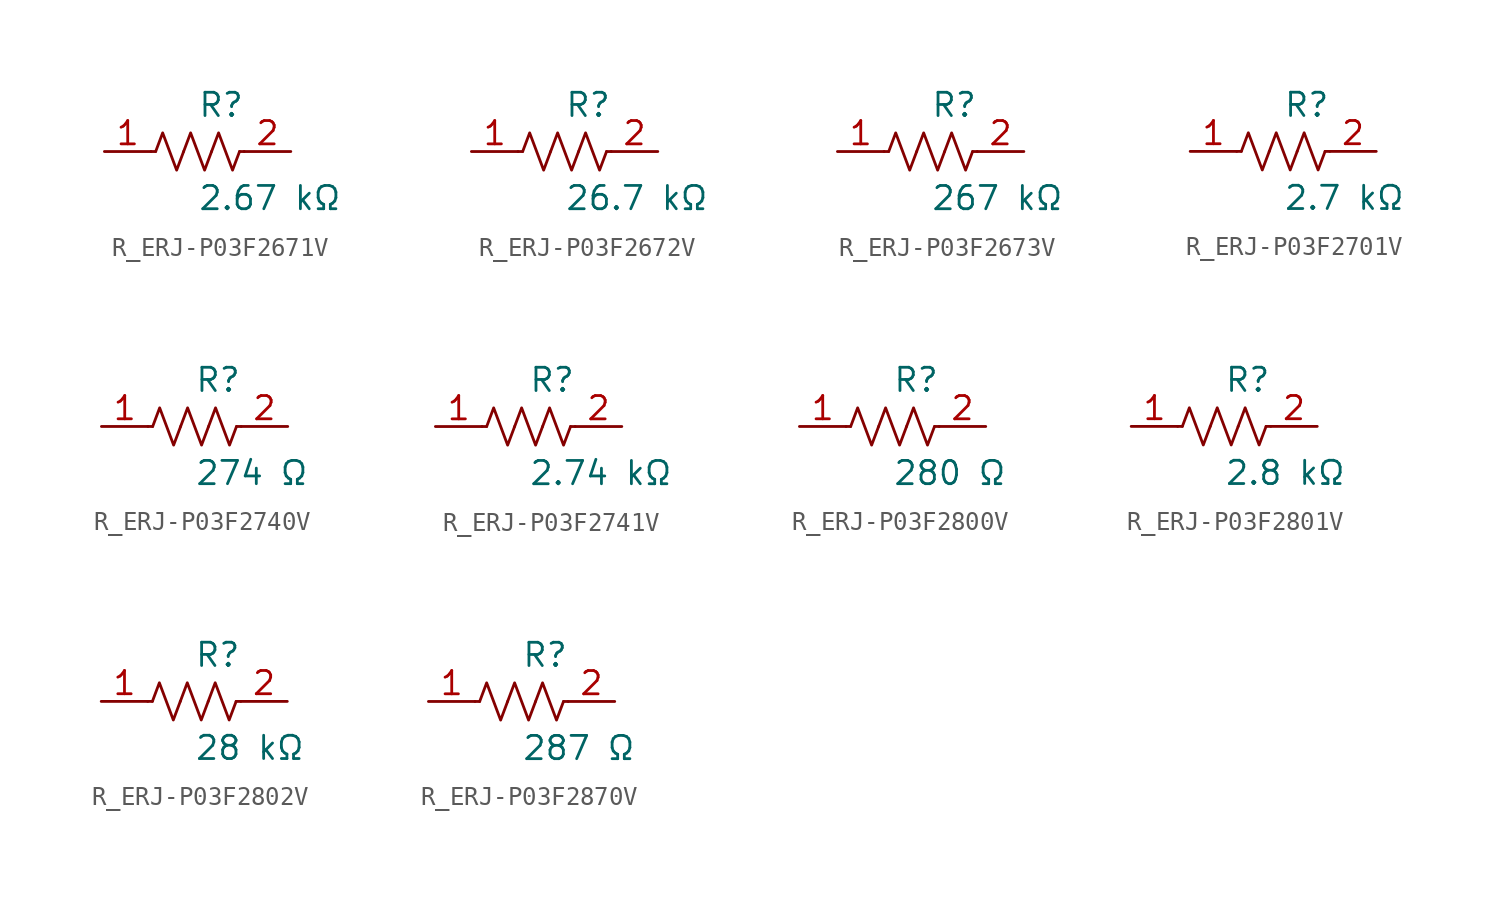
<source format=kicad_sym>
(kicad_symbol_lib
  (version 20231120)
  (generator kicad_symbol_editor)
  (generator_version 8.0)
  (symbol "R_ERJ-P03F2671V"
    (pin_names
      (offset 0.254))
    (property "Reference" "R"
      (at 0.0 2.54 0)
      (effects (font (size 1.27 1.27)) (justify left)))
    (property "Value" "2.67 kΩ"
      (at 0.0 -2.54 0)
      (effects (font (size 1.27 1.27)) (justify left)))
    (symbol "R_ERJ-P03F2671V_0_1"
      (polyline (pts (xy 2.286 0) (xy 2.54 0)) (stroke (width 0) (type default)) (fill (type none)))
      (polyline (pts (xy -2.286 0) (xy -2.54 0)) (stroke (width 0) (type default)) (fill (type none)))
      (polyline (pts (xy 0.762 0) (xy 1.143 1.016) (xy 1.524 0) (xy 1.905 -1.016) (xy 2.286 0)) (stroke (width 0) (type default)) (fill (type none)))
      (polyline (pts (xy -0.762 0) (xy -0.381 1.016) (xy 0 0) (xy 0.381 -1.016) (xy 0.762 0)) (stroke (width 0) (type default)) (fill (type none)))
      (polyline (pts (xy -2.286 0) (xy -1.905 1.016) (xy -1.524 0) (xy -1.143 -1.016) (xy -0.762 0)) (stroke (width 0) (type default)) (fill (type none))))
    (pin unspecified line
      (at -5.08 0 0)
      (length 2.54)
      (name "" (effects (font (size 1.27 1.27))))
      (number "1" (effects (font (size 1.27 1.27)))))
    (pin unspecified line
      (at 5.08 0 180)
      (length 2.54)
      (name "" (effects (font (size 1.27 1.27))))
      (number "2" (effects (font (size 1.27 1.27))))))
  (symbol "R_ERJ-P03F2672V"
    (pin_names
      (offset 0.254))
    (property "Reference" "R"
      (at 0.0 2.54 0)
      (effects (font (size 1.27 1.27)) (justify left)))
    (property "Value" "26.7 kΩ"
      (at 0.0 -2.54 0)
      (effects (font (size 1.27 1.27)) (justify left)))
    (symbol "R_ERJ-P03F2672V_0_1"
      (polyline (pts (xy 2.286 0) (xy 2.54 0)) (stroke (width 0) (type default)) (fill (type none)))
      (polyline (pts (xy -2.286 0) (xy -2.54 0)) (stroke (width 0) (type default)) (fill (type none)))
      (polyline (pts (xy 0.762 0) (xy 1.143 1.016) (xy 1.524 0) (xy 1.905 -1.016) (xy 2.286 0)) (stroke (width 0) (type default)) (fill (type none)))
      (polyline (pts (xy -0.762 0) (xy -0.381 1.016) (xy 0 0) (xy 0.381 -1.016) (xy 0.762 0)) (stroke (width 0) (type default)) (fill (type none)))
      (polyline (pts (xy -2.286 0) (xy -1.905 1.016) (xy -1.524 0) (xy -1.143 -1.016) (xy -0.762 0)) (stroke (width 0) (type default)) (fill (type none))))
    (pin unspecified line
      (at -5.08 0 0)
      (length 2.54)
      (name "" (effects (font (size 1.27 1.27))))
      (number "1" (effects (font (size 1.27 1.27)))))
    (pin unspecified line
      (at 5.08 0 180)
      (length 2.54)
      (name "" (effects (font (size 1.27 1.27))))
      (number "2" (effects (font (size 1.27 1.27))))))
  (symbol "R_ERJ-P03F2673V"
    (pin_names
      (offset 0.254))
    (property "Reference" "R"
      (at 0.0 2.54 0)
      (effects (font (size 1.27 1.27)) (justify left)))
    (property "Value" "267 kΩ"
      (at 0.0 -2.54 0)
      (effects (font (size 1.27 1.27)) (justify left)))
    (symbol "R_ERJ-P03F2673V_0_1"
      (polyline (pts (xy 2.286 0) (xy 2.54 0)) (stroke (width 0) (type default)) (fill (type none)))
      (polyline (pts (xy -2.286 0) (xy -2.54 0)) (stroke (width 0) (type default)) (fill (type none)))
      (polyline (pts (xy 0.762 0) (xy 1.143 1.016) (xy 1.524 0) (xy 1.905 -1.016) (xy 2.286 0)) (stroke (width 0) (type default)) (fill (type none)))
      (polyline (pts (xy -0.762 0) (xy -0.381 1.016) (xy 0 0) (xy 0.381 -1.016) (xy 0.762 0)) (stroke (width 0) (type default)) (fill (type none)))
      (polyline (pts (xy -2.286 0) (xy -1.905 1.016) (xy -1.524 0) (xy -1.143 -1.016) (xy -0.762 0)) (stroke (width 0) (type default)) (fill (type none))))
    (pin unspecified line
      (at -5.08 0 0)
      (length 2.54)
      (name "" (effects (font (size 1.27 1.27))))
      (number "1" (effects (font (size 1.27 1.27)))))
    (pin unspecified line
      (at 5.08 0 180)
      (length 2.54)
      (name "" (effects (font (size 1.27 1.27))))
      (number "2" (effects (font (size 1.27 1.27))))))
  (symbol "R_ERJ-P03F2701V"
    (pin_names
      (offset 0.254))
    (property "Reference" "R"
      (at 0.0 2.54 0)
      (effects (font (size 1.27 1.27)) (justify left)))
    (property "Value" "2.7 kΩ"
      (at 0.0 -2.54 0)
      (effects (font (size 1.27 1.27)) (justify left)))
    (symbol "R_ERJ-P03F2701V_0_1"
      (polyline (pts (xy 2.286 0) (xy 2.54 0)) (stroke (width 0) (type default)) (fill (type none)))
      (polyline (pts (xy -2.286 0) (xy -2.54 0)) (stroke (width 0) (type default)) (fill (type none)))
      (polyline (pts (xy 0.762 0) (xy 1.143 1.016) (xy 1.524 0) (xy 1.905 -1.016) (xy 2.286 0)) (stroke (width 0) (type default)) (fill (type none)))
      (polyline (pts (xy -0.762 0) (xy -0.381 1.016) (xy 0 0) (xy 0.381 -1.016) (xy 0.762 0)) (stroke (width 0) (type default)) (fill (type none)))
      (polyline (pts (xy -2.286 0) (xy -1.905 1.016) (xy -1.524 0) (xy -1.143 -1.016) (xy -0.762 0)) (stroke (width 0) (type default)) (fill (type none))))
    (pin unspecified line
      (at -5.08 0 0)
      (length 2.54)
      (name "" (effects (font (size 1.27 1.27))))
      (number "1" (effects (font (size 1.27 1.27)))))
    (pin unspecified line
      (at 5.08 0 180)
      (length 2.54)
      (name "" (effects (font (size 1.27 1.27))))
      (number "2" (effects (font (size 1.27 1.27))))))
  (symbol "R_ERJ-P03F2740V"
    (pin_names
      (offset 0.254))
    (property "Reference" "R"
      (at 0.0 2.54 0)
      (effects (font (size 1.27 1.27)) (justify left)))
    (property "Value" "274 Ω"
      (at 0.0 -2.54 0)
      (effects (font (size 1.27 1.27)) (justify left)))
    (symbol "R_ERJ-P03F2740V_0_1"
      (polyline (pts (xy 2.286 0) (xy 2.54 0)) (stroke (width 0) (type default)) (fill (type none)))
      (polyline (pts (xy -2.286 0) (xy -2.54 0)) (stroke (width 0) (type default)) (fill (type none)))
      (polyline (pts (xy 0.762 0) (xy 1.143 1.016) (xy 1.524 0) (xy 1.905 -1.016) (xy 2.286 0)) (stroke (width 0) (type default)) (fill (type none)))
      (polyline (pts (xy -0.762 0) (xy -0.381 1.016) (xy 0 0) (xy 0.381 -1.016) (xy 0.762 0)) (stroke (width 0) (type default)) (fill (type none)))
      (polyline (pts (xy -2.286 0) (xy -1.905 1.016) (xy -1.524 0) (xy -1.143 -1.016) (xy -0.762 0)) (stroke (width 0) (type default)) (fill (type none))))
    (pin unspecified line
      (at -5.08 0 0)
      (length 2.54)
      (name "" (effects (font (size 1.27 1.27))))
      (number "1" (effects (font (size 1.27 1.27)))))
    (pin unspecified line
      (at 5.08 0 180)
      (length 2.54)
      (name "" (effects (font (size 1.27 1.27))))
      (number "2" (effects (font (size 1.27 1.27))))))
  (symbol "R_ERJ-P03F2741V"
    (pin_names
      (offset 0.254))
    (property "Reference" "R"
      (at 0.0 2.54 0)
      (effects (font (size 1.27 1.27)) (justify left)))
    (property "Value" "2.74 kΩ"
      (at 0.0 -2.54 0)
      (effects (font (size 1.27 1.27)) (justify left)))
    (symbol "R_ERJ-P03F2741V_0_1"
      (polyline (pts (xy 2.286 0) (xy 2.54 0)) (stroke (width 0) (type default)) (fill (type none)))
      (polyline (pts (xy -2.286 0) (xy -2.54 0)) (stroke (width 0) (type default)) (fill (type none)))
      (polyline (pts (xy 0.762 0) (xy 1.143 1.016) (xy 1.524 0) (xy 1.905 -1.016) (xy 2.286 0)) (stroke (width 0) (type default)) (fill (type none)))
      (polyline (pts (xy -0.762 0) (xy -0.381 1.016) (xy 0 0) (xy 0.381 -1.016) (xy 0.762 0)) (stroke (width 0) (type default)) (fill (type none)))
      (polyline (pts (xy -2.286 0) (xy -1.905 1.016) (xy -1.524 0) (xy -1.143 -1.016) (xy -0.762 0)) (stroke (width 0) (type default)) (fill (type none))))
    (pin unspecified line
      (at -5.08 0 0)
      (length 2.54)
      (name "" (effects (font (size 1.27 1.27))))
      (number "1" (effects (font (size 1.27 1.27)))))
    (pin unspecified line
      (at 5.08 0 180)
      (length 2.54)
      (name "" (effects (font (size 1.27 1.27))))
      (number "2" (effects (font (size 1.27 1.27))))))
  (symbol "R_ERJ-P03F2800V"
    (pin_names
      (offset 0.254))
    (property "Reference" "R"
      (at 0.0 2.54 0)
      (effects (font (size 1.27 1.27)) (justify left)))
    (property "Value" "280 Ω"
      (at 0.0 -2.54 0)
      (effects (font (size 1.27 1.27)) (justify left)))
    (symbol "R_ERJ-P03F2800V_0_1"
      (polyline (pts (xy 2.286 0) (xy 2.54 0)) (stroke (width 0) (type default)) (fill (type none)))
      (polyline (pts (xy -2.286 0) (xy -2.54 0)) (stroke (width 0) (type default)) (fill (type none)))
      (polyline (pts (xy 0.762 0) (xy 1.143 1.016) (xy 1.524 0) (xy 1.905 -1.016) (xy 2.286 0)) (stroke (width 0) (type default)) (fill (type none)))
      (polyline (pts (xy -0.762 0) (xy -0.381 1.016) (xy 0 0) (xy 0.381 -1.016) (xy 0.762 0)) (stroke (width 0) (type default)) (fill (type none)))
      (polyline (pts (xy -2.286 0) (xy -1.905 1.016) (xy -1.524 0) (xy -1.143 -1.016) (xy -0.762 0)) (stroke (width 0) (type default)) (fill (type none))))
    (pin unspecified line
      (at -5.08 0 0)
      (length 2.54)
      (name "" (effects (font (size 1.27 1.27))))
      (number "1" (effects (font (size 1.27 1.27)))))
    (pin unspecified line
      (at 5.08 0 180)
      (length 2.54)
      (name "" (effects (font (size 1.27 1.27))))
      (number "2" (effects (font (size 1.27 1.27))))))
  (symbol "R_ERJ-P03F2801V"
    (pin_names
      (offset 0.254))
    (property "Reference" "R"
      (at 0.0 2.54 0)
      (effects (font (size 1.27 1.27)) (justify left)))
    (property "Value" "2.8 kΩ"
      (at 0.0 -2.54 0)
      (effects (font (size 1.27 1.27)) (justify left)))
    (symbol "R_ERJ-P03F2801V_0_1"
      (polyline (pts (xy 2.286 0) (xy 2.54 0)) (stroke (width 0) (type default)) (fill (type none)))
      (polyline (pts (xy -2.286 0) (xy -2.54 0)) (stroke (width 0) (type default)) (fill (type none)))
      (polyline (pts (xy 0.762 0) (xy 1.143 1.016) (xy 1.524 0) (xy 1.905 -1.016) (xy 2.286 0)) (stroke (width 0) (type default)) (fill (type none)))
      (polyline (pts (xy -0.762 0) (xy -0.381 1.016) (xy 0 0) (xy 0.381 -1.016) (xy 0.762 0)) (stroke (width 0) (type default)) (fill (type none)))
      (polyline (pts (xy -2.286 0) (xy -1.905 1.016) (xy -1.524 0) (xy -1.143 -1.016) (xy -0.762 0)) (stroke (width 0) (type default)) (fill (type none))))
    (pin unspecified line
      (at -5.08 0 0)
      (length 2.54)
      (name "" (effects (font (size 1.27 1.27))))
      (number "1" (effects (font (size 1.27 1.27)))))
    (pin unspecified line
      (at 5.08 0 180)
      (length 2.54)
      (name "" (effects (font (size 1.27 1.27))))
      (number "2" (effects (font (size 1.27 1.27))))))
  (symbol "R_ERJ-P03F2802V"
    (pin_names
      (offset 0.254))
    (property "Reference" "R"
      (at 0.0 2.54 0)
      (effects (font (size 1.27 1.27)) (justify left)))
    (property "Value" "28 kΩ"
      (at 0.0 -2.54 0)
      (effects (font (size 1.27 1.27)) (justify left)))
    (symbol "R_ERJ-P03F2802V_0_1"
      (polyline (pts (xy 2.286 0) (xy 2.54 0)) (stroke (width 0) (type default)) (fill (type none)))
      (polyline (pts (xy -2.286 0) (xy -2.54 0)) (stroke (width 0) (type default)) (fill (type none)))
      (polyline (pts (xy 0.762 0) (xy 1.143 1.016) (xy 1.524 0) (xy 1.905 -1.016) (xy 2.286 0)) (stroke (width 0) (type default)) (fill (type none)))
      (polyline (pts (xy -0.762 0) (xy -0.381 1.016) (xy 0 0) (xy 0.381 -1.016) (xy 0.762 0)) (stroke (width 0) (type default)) (fill (type none)))
      (polyline (pts (xy -2.286 0) (xy -1.905 1.016) (xy -1.524 0) (xy -1.143 -1.016) (xy -0.762 0)) (stroke (width 0) (type default)) (fill (type none))))
    (pin unspecified line
      (at -5.08 0 0)
      (length 2.54)
      (name "" (effects (font (size 1.27 1.27))))
      (number "1" (effects (font (size 1.27 1.27)))))
    (pin unspecified line
      (at 5.08 0 180)
      (length 2.54)
      (name "" (effects (font (size 1.27 1.27))))
      (number "2" (effects (font (size 1.27 1.27))))))
  (symbol "R_ERJ-P03F2870V"
    (pin_names
      (offset 0.254))
    (property "Reference" "R"
      (at 0.0 2.54 0)
      (effects (font (size 1.27 1.27)) (justify left)))
    (property "Value" "287 Ω"
      (at 0.0 -2.54 0)
      (effects (font (size 1.27 1.27)) (justify left)))
    (symbol "R_ERJ-P03F2870V_0_1"
      (polyline (pts (xy 2.286 0) (xy 2.54 0)) (stroke (width 0) (type default)) (fill (type none)))
      (polyline (pts (xy -2.286 0) (xy -2.54 0)) (stroke (width 0) (type default)) (fill (type none)))
      (polyline (pts (xy 0.762 0) (xy 1.143 1.016) (xy 1.524 0) (xy 1.905 -1.016) (xy 2.286 0)) (stroke (width 0) (type default)) (fill (type none)))
      (polyline (pts (xy -0.762 0) (xy -0.381 1.016) (xy 0 0) (xy 0.381 -1.016) (xy 0.762 0)) (stroke (width 0) (type default)) (fill (type none)))
      (polyline (pts (xy -2.286 0) (xy -1.905 1.016) (xy -1.524 0) (xy -1.143 -1.016) (xy -0.762 0)) (stroke (width 0) (type default)) (fill (type none))))
    (pin unspecified line
      (at -5.08 0 0)
      (length 2.54)
      (name "" (effects (font (size 1.27 1.27))))
      (number "1" (effects (font (size 1.27 1.27)))))
    (pin unspecified line
      (at 5.08 0 180)
      (length 2.54)
      (name "" (effects (font (size 1.27 1.27))))
      (number "2" (effects (font (size 1.27 1.27)))))))
</source>
